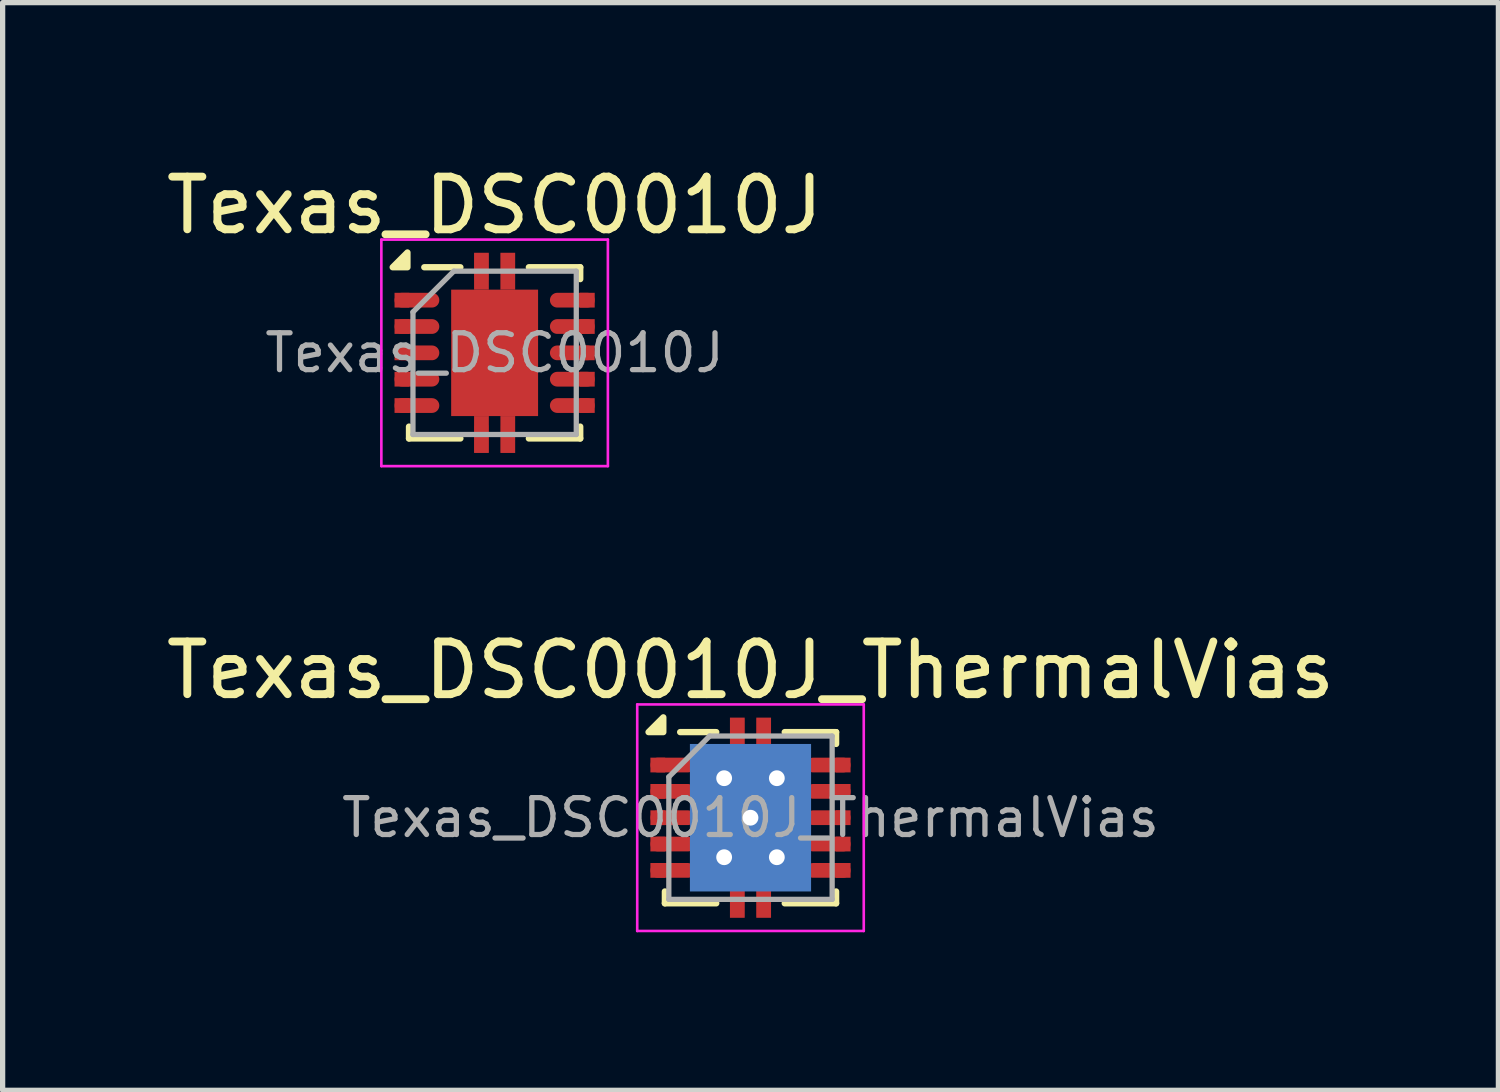
<source format=kicad_pcb>
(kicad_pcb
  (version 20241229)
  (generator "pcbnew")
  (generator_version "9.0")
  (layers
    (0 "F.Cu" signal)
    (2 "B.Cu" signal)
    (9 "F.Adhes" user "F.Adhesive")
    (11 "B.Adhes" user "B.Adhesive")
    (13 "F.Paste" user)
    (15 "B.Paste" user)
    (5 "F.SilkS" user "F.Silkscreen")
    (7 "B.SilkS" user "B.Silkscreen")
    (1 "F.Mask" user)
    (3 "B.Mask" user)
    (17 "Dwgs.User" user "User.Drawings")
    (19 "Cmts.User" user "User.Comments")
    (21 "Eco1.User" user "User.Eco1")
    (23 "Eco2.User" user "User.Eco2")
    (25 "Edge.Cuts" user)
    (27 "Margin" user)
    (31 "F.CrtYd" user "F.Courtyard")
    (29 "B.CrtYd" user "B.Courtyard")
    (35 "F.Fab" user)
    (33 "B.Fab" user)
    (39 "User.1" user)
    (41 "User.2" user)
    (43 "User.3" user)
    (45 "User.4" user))
  (footprint "Texas_DSC0010J"
    (layer "F.Cu")
    (at 6.339 3.648)
    (property "Reference" "Texas_DSC0010J" (at 0 -2.8 0) (layer "F.SilkS") (effects (font (size 1 1) (thickness 0.15))))
    (attr smd)
    (fp_line (start -1.625 1.625) (end -1.625 1.4) (stroke (width 0.12) (type solid)) (layer "F.SilkS"))
    (fp_line (start -1.625 1.625) (end -0.65 1.625) (stroke (width 0.12) (type solid)) (layer "F.SilkS"))
    (fp_line (start -1.335 -1.625) (end -0.65 -1.625) (stroke (width 0.12) (type solid)) (layer "F.SilkS"))
    (fp_line (start 0.65 -1.625) (end 1.625 -1.625) (stroke (width 0.12) (type solid)) (layer "F.SilkS"))
    (fp_line (start 0.65 1.625) (end 1.625 1.625) (stroke (width 0.12) (type solid)) (layer "F.SilkS"))
    (fp_line (start 1.625 -1.4) (end 1.625 -1.625) (stroke (width 0.12) (type solid)) (layer "F.SilkS"))
    (fp_line (start 1.625 1.4) (end 1.625 1.625) (stroke (width 0.12) (type solid)) (layer "F.SilkS"))
    (fp_poly (pts (xy -1.655 -1.625) (xy -1.935 -1.625) (xy -1.655 -1.905) (xy -1.655 -1.625)) (stroke (width 0.12) (type solid)) (fill yes) (layer "F.SilkS"))
    (fp_line (start -2.15 -2.15) (end -2.15 2.15) (stroke (width 0.05) (type solid)) (layer "F.CrtYd"))
    (fp_line (start -2.15 -2.15) (end 2.15 -2.15) (stroke (width 0.05) (type solid)) (layer "F.CrtYd"))
    (fp_line (start -2.15 2.15) (end 2.15 2.15) (stroke (width 0.05) (type solid)) (layer "F.CrtYd"))
    (fp_line (start 2.15 -2.15) (end 2.15 2.15) (stroke (width 0.05) (type solid)) (layer "F.CrtYd"))
    (fp_line (start -1.55 1.55) (end -1.55 -0.775) (stroke (width 0.1) (type solid)) (layer "F.Fab"))
    (fp_line (start -0.775 -1.55) (end -1.55 -0.775) (stroke (width 0.1) (type solid)) (layer "F.Fab"))
    (fp_line (start -0.775 -1.55) (end 1.55 -1.55) (stroke (width 0.1) (type solid)) (layer "F.Fab"))
    (fp_line (start 1.55 -1.55) (end 1.55 1.55) (stroke (width 0.1) (type solid)) (layer "F.Fab"))
    (fp_line (start 1.55 1.55) (end -1.55 1.55) (stroke (width 0.1) (type solid)) (layer "F.Fab"))
    (fp_text user "${REFERENCE}" (at 0 0 0) (layer "F.Fab") (effects (font (size 0.7 0.7) (thickness 0.1))))
    (pad "1" smd rect (at -1.76 -1) (size 0.28 0.28) (layers "F.Cu" "F.Mask" "F.Paste"))
    (pad "1" smd oval (at -1.475 -1) (size 0.85 0.28) (layers "F.Cu" "F.Mask" "F.Paste"))
    (pad "2" smd rect (at -1.76 -0.5) (size 0.28 0.28) (layers "F.Cu" "F.Mask" "F.Paste"))
    (pad "2" smd oval (at -1.475 -0.5) (size 0.85 0.28) (layers "F.Cu" "F.Mask" "F.Paste"))
    (pad "3" smd rect (at -1.76 0) (size 0.28 0.28) (layers "F.Cu" "F.Mask" "F.Paste"))
    (pad "3" smd oval (at -1.475 0) (size 0.85 0.28) (layers "F.Cu" "F.Mask" "F.Paste"))
    (pad "4" smd rect (at -1.76 0.5) (size 0.28 0.28) (layers "F.Cu" "F.Mask" "F.Paste"))
    (pad "4" smd oval (at -1.475 0.5) (size 0.85 0.28) (layers "F.Cu" "F.Mask" "F.Paste"))
    (pad "5" smd rect (at -1.76 1) (size 0.28 0.28) (layers "F.Cu" "F.Mask" "F.Paste"))
    (pad "5" smd oval (at -1.475 1) (size 0.85 0.28) (layers "F.Cu" "F.Mask" "F.Paste"))
    (pad "6" smd oval (at 1.475 1) (size 0.85 0.28) (layers "F.Cu" "F.Mask" "F.Paste"))
    (pad "6" smd rect (at 1.76 1) (size 0.28 0.28) (layers "F.Cu" "F.Mask" "F.Paste"))
    (pad "7" smd oval (at 1.475 0.5) (size 0.85 0.28) (layers "F.Cu" "F.Mask" "F.Paste"))
    (pad "7" smd rect (at 1.76 0.5) (size 0.28 0.28) (layers "F.Cu" "F.Mask" "F.Paste"))
    (pad "8" smd oval (at 1.475 0) (size 0.85 0.28) (layers "F.Cu" "F.Mask" "F.Paste"))
    (pad "8" smd rect (at 1.76 0) (size 0.28 0.28) (layers "F.Cu" "F.Mask" "F.Paste"))
    (pad "9" smd oval (at 1.475 -0.5) (size 0.85 0.28) (layers "F.Cu" "F.Mask" "F.Paste"))
    (pad "9" smd rect (at 1.76 -0.5) (size 0.28 0.28) (layers "F.Cu" "F.Mask" "F.Paste"))
    (pad "10" smd oval (at 1.475 -1) (size 0.85 0.28) (layers "F.Cu" "F.Mask" "F.Paste"))
    (pad "10" smd rect (at 1.76 -1) (size 0.28 0.28) (layers "F.Cu" "F.Mask" "F.Paste"))
    (pad "11" smd rect (at -0.45 -0.635) (size 0.68 1.05) (layers "F.Cu" "F.Mask" "F.Paste"))
    (pad "11" smd rect (at -0.45 0.635) (size 0.68 1.05) (layers "F.Cu" "F.Mask" "F.Paste"))
    (pad "11" smd rect (at -0.25 -1.63) (size 0.26 0.5) (layers "F.Cu" "F.Mask" "F.Paste"))
    (pad "11" smd rect (at -0.25 -1.55) (size 0.28 0.7) (layers "F.Cu" "F.Mask"))
    (pad "11" smd rect (at -0.25 1.55) (size 0.28 0.7) (layers "F.Cu" "F.Mask"))
    (pad "11" smd rect (at -0.25 1.63) (size 0.26 0.5) (layers "F.Cu" "F.Mask" "F.Paste"))
    (pad "11" smd rect (at 0 0) (size 1.65 2.4) (layers "F.Cu" "F.Mask"))
    (pad "11" smd rect (at 0.25 -1.63) (size 0.26 0.5) (layers "F.Cu" "F.Mask" "F.Paste"))
    (pad "11" smd rect (at 0.25 -1.55) (size 0.28 0.7) (layers "F.Cu" "F.Mask"))
    (pad "11" smd rect (at 0.25 1.55) (size 0.28 0.7) (layers "F.Cu" "F.Mask"))
    (pad "11" smd rect (at 0.25 1.63) (size 0.26 0.5) (layers "F.Cu" "F.Mask" "F.Paste"))
    (pad "11" smd rect (at 0.45 -0.635) (size 0.68 1.05) (layers "F.Cu" "F.Mask" "F.Paste"))
    (pad "11" smd rect (at 0.45 0.635) (size 0.68 1.05) (layers "F.Cu" "F.Mask" "F.Paste")))
  (footprint "Texas_DSC0010J_ThermalVias"
    (layer "F.Cu")
    (at 11.196 12.472)
    (property "Reference" "Texas_DSC0010J_ThermalVias" (at 0 -2.8 0) (layer "F.SilkS") (effects (font (size 1 1) (thickness 0.15))))
    (attr smd)
    (fp_line (start -1.625 1.625) (end -1.625 1.4) (stroke (width 0.12) (type solid)) (layer "F.SilkS"))
    (fp_line (start -1.625 1.625) (end -0.65 1.625) (stroke (width 0.12) (type solid)) (layer "F.SilkS"))
    (fp_line (start -1.335 -1.625) (end -0.65 -1.625) (stroke (width 0.12) (type solid)) (layer "F.SilkS"))
    (fp_line (start 0.65 -1.625) (end 1.625 -1.625) (stroke (width 0.12) (type solid)) (layer "F.SilkS"))
    (fp_line (start 0.65 1.625) (end 1.625 1.625) (stroke (width 0.12) (type solid)) (layer "F.SilkS"))
    (fp_line (start 1.625 -1.4) (end 1.625 -1.625) (stroke (width 0.12) (type solid)) (layer "F.SilkS"))
    (fp_line (start 1.625 1.4) (end 1.625 1.625) (stroke (width 0.12) (type solid)) (layer "F.SilkS"))
    (fp_poly (pts (xy -1.655 -1.625) (xy -1.935 -1.625) (xy -1.655 -1.905) (xy -1.655 -1.625)) (stroke (width 0.12) (type solid)) (fill yes) (layer "F.SilkS"))
    (fp_line (start -2.15 -2.15) (end -2.15 2.15) (stroke (width 0.05) (type solid)) (layer "F.CrtYd"))
    (fp_line (start -2.15 -2.15) (end 2.15 -2.15) (stroke (width 0.05) (type solid)) (layer "F.CrtYd"))
    (fp_line (start -2.15 2.15) (end 2.15 2.15) (stroke (width 0.05) (type solid)) (layer "F.CrtYd"))
    (fp_line (start 2.15 -2.15) (end 2.15 2.15) (stroke (width 0.05) (type solid)) (layer "F.CrtYd"))
    (fp_line (start -1.55 1.55) (end -1.55 -0.775) (stroke (width 0.1) (type solid)) (layer "F.Fab"))
    (fp_line (start -0.775 -1.55) (end -1.55 -0.775) (stroke (width 0.1) (type solid)) (layer "F.Fab"))
    (fp_line (start -0.775 -1.55) (end 1.55 -1.55) (stroke (width 0.1) (type solid)) (layer "F.Fab"))
    (fp_line (start 1.55 -1.55) (end 1.55 1.55) (stroke (width 0.1) (type solid)) (layer "F.Fab"))
    (fp_line (start 1.55 1.55) (end -1.55 1.55) (stroke (width 0.1) (type solid)) (layer "F.Fab"))
    (fp_text user "${REFERENCE}" (at 0 0 0) (layer "F.Fab") (effects (font (size 0.7 0.7) (thickness 0.1))))
    (pad "1" smd rect (at -1.76 -1) (size 0.28 0.28) (layers "F.Cu" "F.Mask" "F.Paste"))
    (pad "1" smd oval (at -1.475 -1) (size 0.85 0.28) (layers "F.Cu" "F.Mask" "F.Paste"))
    (pad "2" smd rect (at -1.76 -0.5) (size 0.28 0.28) (layers "F.Cu" "F.Mask" "F.Paste"))
    (pad "2" smd oval (at -1.475 -0.5) (size 0.85 0.28) (layers "F.Cu" "F.Mask" "F.Paste"))
    (pad "3" smd rect (at -1.76 0) (size 0.28 0.28) (layers "F.Cu" "F.Mask" "F.Paste"))
    (pad "3" smd oval (at -1.475 0) (size 0.85 0.28) (layers "F.Cu" "F.Mask" "F.Paste"))
    (pad "4" smd rect (at -1.76 0.5) (size 0.28 0.28) (layers "F.Cu" "F.Mask" "F.Paste"))
    (pad "4" smd oval (at -1.475 0.5) (size 0.85 0.28) (layers "F.Cu" "F.Mask" "F.Paste"))
    (pad "5" smd rect (at -1.76 1) (size 0.28 0.28) (layers "F.Cu" "F.Mask" "F.Paste"))
    (pad "5" smd oval (at -1.475 1) (size 0.85 0.28) (layers "F.Cu" "F.Mask" "F.Paste"))
    (pad "6" smd oval (at 1.475 1) (size 0.85 0.28) (layers "F.Cu" "F.Mask" "F.Paste"))
    (pad "6" smd rect (at 1.76 1) (size 0.28 0.28) (layers "F.Cu" "F.Mask" "F.Paste"))
    (pad "7" smd oval (at 1.475 0.5) (size 0.85 0.28) (layers "F.Cu" "F.Mask" "F.Paste"))
    (pad "7" smd rect (at 1.76 0.5) (size 0.28 0.28) (layers "F.Cu" "F.Mask" "F.Paste"))
    (pad "8" smd oval (at 1.475 0) (size 0.85 0.28) (layers "F.Cu" "F.Mask" "F.Paste"))
    (pad "8" smd rect (at 1.76 0) (size 0.28 0.28) (layers "F.Cu" "F.Mask" "F.Paste"))
    (pad "9" smd oval (at 1.475 -0.5) (size 0.85 0.28) (layers "F.Cu" "F.Mask" "F.Paste"))
    (pad "9" smd rect (at 1.76 -0.5) (size 0.28 0.28) (layers "F.Cu" "F.Mask" "F.Paste"))
    (pad "10" smd oval (at 1.475 -1) (size 0.85 0.28) (layers "F.Cu" "F.Mask" "F.Paste"))
    (pad "10" smd rect (at 1.76 -1) (size 0.28 0.28) (layers "F.Cu" "F.Mask" "F.Paste"))
    (pad "11" thru_hole circle (at -0.5 -0.75) (size 0.6 0.6) (drill 0.3) (layers "*.Cu" "*.Mask"))
    (pad "11" thru_hole circle (at -0.5 0.75) (size 0.6 0.6) (drill 0.3) (layers "*.Cu" "*.Mask"))
    (pad "11" smd rect (at -0.45 -0.635) (size 0.68 1.05) (layers "F.Cu" "F.Mask" "F.Paste"))
    (pad "11" smd rect (at -0.45 0.635) (size 0.68 1.05) (layers "F.Cu" "F.Mask" "F.Paste"))
    (pad "11" smd rect (at -0.25 -1.63) (size 0.26 0.5) (layers "F.Cu" "F.Mask" "F.Paste"))
    (pad "11" smd rect (at -0.25 -1.55) (size 0.28 0.7) (layers "F.Cu" "F.Mask"))
    (pad "11" smd rect (at -0.25 1.55) (size 0.28 0.7) (layers "F.Cu" "F.Mask"))
    (pad "11" smd rect (at -0.25 1.63) (size 0.26 0.5) (layers "F.Cu" "F.Mask" "F.Paste"))
    (pad "11" thru_hole circle (at 0 0) (size 0.6 0.6) (drill 0.3) (layers "*.Cu" "*.Mask"))
    (pad "11" smd rect (at 0 0) (size 1.65 2.4) (layers "F.Cu" "F.Mask"))
    (pad "11" smd rect (at 0 0) (size 2.3 2.8) (layers "B.Cu"))
    (pad "11" smd rect (at 0.25 -1.63) (size 0.26 0.5) (layers "F.Cu" "F.Mask" "F.Paste"))
    (pad "11" smd rect (at 0.25 -1.55) (size 0.28 0.7) (layers "F.Cu" "F.Mask"))
    (pad "11" smd rect (at 0.25 1.55) (size 0.28 0.7) (layers "F.Cu" "F.Mask"))
    (pad "11" smd rect (at 0.25 1.63) (size 0.26 0.5) (layers "F.Cu" "F.Mask" "F.Paste"))
    (pad "11" smd rect (at 0.45 -0.635) (size 0.68 1.05) (layers "F.Cu" "F.Mask" "F.Paste"))
    (pad "11" smd rect (at 0.45 0.635) (size 0.68 1.05) (layers "F.Cu" "F.Mask" "F.Paste"))
    (pad "11" thru_hole circle (at 0.5 -0.75) (size 0.6 0.6) (drill 0.3) (layers "*.Cu" "*.Mask"))
    (pad "11" thru_hole circle (at 0.5 0.75) (size 0.6 0.6) (drill 0.3) (layers "*.Cu" "*.Mask")))
  (gr_rect
    (start -3 -3)
    (end 25.393 17.646)
    (stroke (width 0.1) (type default))
    (fill no)
    (layer "Edge.Cuts")))
</source>
